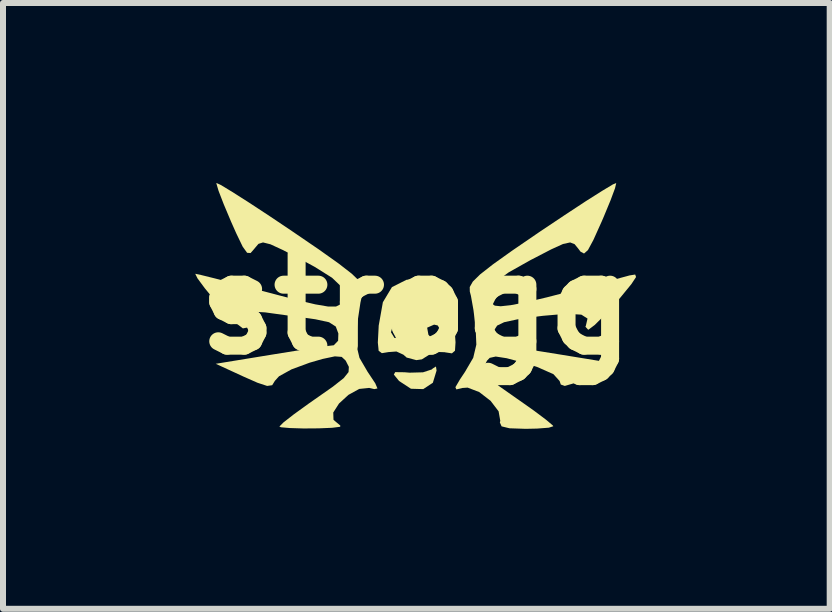
<source format=kicad_pcb>
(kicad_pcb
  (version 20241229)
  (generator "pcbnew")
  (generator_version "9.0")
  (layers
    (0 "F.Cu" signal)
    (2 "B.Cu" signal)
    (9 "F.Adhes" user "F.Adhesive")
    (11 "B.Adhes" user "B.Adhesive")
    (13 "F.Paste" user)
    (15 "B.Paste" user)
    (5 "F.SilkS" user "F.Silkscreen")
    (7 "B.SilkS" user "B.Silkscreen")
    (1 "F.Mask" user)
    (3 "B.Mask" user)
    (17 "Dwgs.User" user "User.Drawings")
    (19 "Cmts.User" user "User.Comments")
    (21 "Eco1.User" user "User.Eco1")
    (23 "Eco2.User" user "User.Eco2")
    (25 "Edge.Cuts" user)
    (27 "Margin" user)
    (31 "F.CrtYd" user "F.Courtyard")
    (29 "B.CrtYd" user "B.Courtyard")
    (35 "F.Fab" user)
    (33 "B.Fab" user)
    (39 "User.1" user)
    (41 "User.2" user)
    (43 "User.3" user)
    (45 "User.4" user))
  (footprint "strogg"
    (layer "F.Cu")
    (at 3.89 2.022)
    (property "Reference" "strogg" (at 0 0 0) (layer "F.SilkS") (effects (font (size 1.524 1.524) (thickness 0.3))))
    (attr board_only exclude_from_pos_files exclude_from_bom)
    (fp_poly (pts (xy 0.337 1.105) (xy 0.275 1.308) (xy 0.115 1.414) (xy -0.09 1.408) (xy -0.289 1.278) (xy -0.29 1.276) (xy -0.375 1.172) (xy -0.353 1.131) (xy -0.197 1.133) (xy -0.113 1.14) (xy 0.111 1.134) (xy 0.258 1.086) (xy 0.274 1.07) (xy 0.327 1.037)) (stroke (width 0) (type solid)) (fill yes) (layer "F.SilkS"))
    (fp_poly (pts (xy 0.292 -0.364) (xy 0.491 -0.18) (xy 0.605 0.141) (xy 0.634 0.361) (xy 0.653 0.634) (xy 0.644 0.774) (xy 0.593 0.818) (xy 0.486 0.802) (xy 0.473 0.799) (xy 0.299 0.793) (xy 0.216 0.84) (xy 0.092 0.918) (xy 0 0.931) (xy -0.162 0.888) (xy -0.216 0.84) (xy -0.332 0.787) (xy -0.466 0.797) (xy -0.575 0.815) (xy -0.629 0.774) (xy -0.632 0.736) (xy -0.143 0.736) (xy -0.041 0.761) (xy 0 0.762) (xy 0.135 0.745) (xy 0.121 0.681) (xy 0.102 0.66) (xy -0.014 0.602) (xy -0.102 0.66) (xy -0.143 0.736) (xy -0.632 0.736) (xy -0.642 0.638) (xy -0.633 0.466) (xy -0.423 0.466) (xy -0.365 0.561) (xy -0.245 0.57) (xy -0.152 0.493) (xy -0.144 0.467) (xy -0.194 0.39) (xy 0.18 0.39) (xy 0.201 0.507) (xy 0.226 0.536) (xy 0.35 0.59) (xy 0.42 0.502) (xy 0.423 0.466) (xy 0.356 0.353) (xy 0.296 0.339) (xy 0.18 0.39) (xy -0.194 0.39) (xy -0.198 0.383) (xy -0.275 0.355) (xy -0.401 0.388) (xy -0.423 0.466) (xy -0.633 0.466) (xy -0.628 0.37) (xy -0.628 0.359) (xy -0.558 -0.034) (xy -0.407 -0.286) (xy -0.165 -0.408) (xy 0 -0.423)) (stroke (width 0) (type solid)) (fill yes) (layer "F.SilkS"))
    (fp_poly (pts (xy 3.312 -1.935) (xy 3.237 -1.733) (xy 3.122 -1.455) (xy 3.087 -1.374) (xy 2.951 -1.072) (xy 2.86 -0.903) (xy 2.795 -0.846) (xy 2.737 -0.877) (xy 2.7 -0.926) (xy 2.638 -1.002) (xy 2.564 -1.031) (xy 2.445 -1.005) (xy 2.247 -0.915) (xy 1.937 -0.754) (xy 1.905 -0.738) (xy 1.539 -0.532) (xy 1.314 -0.367) (xy 1.214 -0.225) (xy 1.221 -0.087) (xy 1.26 -0.012) (xy 1.308 0.023) (xy 1.406 0.033) (xy 1.572 0.015) (xy 1.823 -0.033) (xy 2.176 -0.116) (xy 2.65 -0.238) (xy 3.262 -0.402) (xy 3.554 -0.481) (xy 3.648 -0.496) (xy 3.662 -0.454) (xy 3.584 -0.336) (xy 3.405 -0.117) (xy 3.353 -0.057) (xy 3.145 0.175) (xy 2.973 0.345) (xy 2.871 0.422) (xy 2.863 0.423) (xy 2.818 0.374) (xy 2.826 0.356) (xy 2.853 0.238) (xy 2.751 0.173) (xy 2.507 0.158) (xy 2.112 0.192) (xy 2.032 0.202) (xy 1.68 0.252) (xy 1.463 0.299) (xy 1.347 0.355) (xy 1.296 0.433) (xy 1.285 0.487) (xy 1.305 0.642) (xy 1.37 0.683) (xy 1.495 0.698) (xy 1.748 0.735) (xy 2.09 0.788) (xy 2.413 0.84) (xy 3.344 0.992) (xy 2.879 1.206) (xy 2.619 1.319) (xy 2.474 1.361) (xy 2.408 1.338) (xy 2.388 1.279) (xy 2.285 1.165) (xy 2.014 1.045) (xy 1.809 0.98) (xy 1.505 0.899) (xy 1.323 0.871) (xy 1.223 0.893) (xy 1.178 0.94) (xy 1.126 1.04) (xy 1.128 1.126) (xy 1.206 1.226) (xy 1.382 1.366) (xy 1.676 1.573) (xy 1.691 1.583) (xy 1.959 1.772) (xy 2.164 1.926) (xy 2.274 2.019) (xy 2.283 2.033) (xy 2.208 2.057) (xy 2.012 2.072) (xy 1.821 2.076) (xy 1.553 2.067) (xy 1.421 2.035) (xy 1.392 1.97) (xy 1.399 1.943) (xy 1.371 1.784) (xy 1.237 1.609) (xy 1.048 1.463) (xy 0.855 1.389) (xy 0.768 1.395) (xy 0.667 1.419) (xy 0.651 1.382) (xy 0.726 1.254) (xy 0.81 1.128) (xy 0.948 0.892) (xy 1 0.672) (xy 0.988 0.381) (xy 0.952 0.096) (xy 0.91 -0.14) (xy 0.891 -0.213) (xy 0.89 -0.288) (xy 0.941 -0.378) (xy 1.064 -0.499) (xy 1.276 -0.665) (xy 1.594 -0.892) (xy 2.035 -1.194) (xy 2.072 -1.219) (xy 2.473 -1.487) (xy 2.821 -1.716) (xy 3.096 -1.89) (xy 3.274 -1.997) (xy 3.332 -2.022)) (stroke (width 0) (type solid)) (fill yes) (layer "F.SilkS"))
    (fp_poly (pts (xy -3.258 -1.988) (xy -3.067 -1.872) (xy -2.781 -1.69) (xy -2.425 -1.456) (xy -2.072 -1.219) (xy -1.621 -0.911) (xy -1.295 -0.679) (xy -1.076 -0.509) (xy -0.948 -0.386) (xy -0.891 -0.294) (xy -0.89 -0.218) (xy -0.891 -0.213) (xy -0.932 -0.029) (xy -0.973 0.243) (xy -0.988 0.381) (xy -1 0.674) (xy -0.948 0.893) (xy -0.814 1.123) (xy -0.685 1.317) (xy -0.648 1.403) (xy -0.7 1.414) (xy -0.786 1.394) (xy -0.952 1.411) (xy -1.132 1.51) (xy -1.289 1.654) (xy -1.385 1.804) (xy -1.381 1.925) (xy -1.353 1.95) (xy -1.267 2.022) (xy -1.27 2.042) (xy -1.406 2.059) (xy -1.628 2.068) (xy -1.881 2.07) (xy -2.109 2.063) (xy -2.257 2.05) (xy -2.283 2.038) (xy -2.217 1.971) (xy -2.043 1.835) (xy -1.794 1.655) (xy -1.691 1.583) (xy -1.391 1.373) (xy -1.211 1.231) (xy -1.13 1.13) (xy -1.125 1.043) (xy -1.176 0.943) (xy -1.18 0.937) (xy -1.244 0.877) (xy -1.358 0.868) (xy -1.562 0.911) (xy -1.78 0.974) (xy -2.081 1.085) (xy -2.289 1.2) (xy -2.358 1.276) (xy -2.403 1.349) (xy -2.487 1.361) (xy -2.648 1.308) (xy -2.879 1.206) (xy -3.344 0.992) (xy -2.413 0.84) (xy -2.028 0.778) (xy -1.7 0.728) (xy -1.468 0.694) (xy -1.376 0.683) (xy -1.304 0.608) (xy -1.3 0.487) (xy -1.343 0.371) (xy -1.456 0.299) (xy -1.682 0.25) (xy -1.786 0.235) (xy -2.106 0.192) (xy -2.404 0.151) (xy -2.519 0.135) (xy -2.71 0.124) (xy -2.785 0.182) (xy -2.794 0.259) (xy -2.816 0.387) (xy -2.891 0.402) (xy -3.032 0.295) (xy -3.253 0.059) (xy -3.341 -0.042) (xy -3.526 -0.267) (xy -3.648 -0.432) (xy -3.685 -0.507) (xy -3.682 -0.508) (xy -3.584 -0.487) (xy -3.354 -0.43) (xy -3.023 -0.344) (xy -2.622 -0.237) (xy -2.482 -0.2) (xy -2.015 -0.077) (xy -1.685 0.001) (xy -1.468 0.038) (xy -1.338 0.037) (xy -1.271 0.004) (xy -1.261 -0.009) (xy -1.205 -0.154) (xy -1.248 -0.292) (xy -1.405 -0.442) (xy -1.695 -0.624) (xy -1.905 -0.738) (xy -2.226 -0.905) (xy -2.432 -1) (xy -2.556 -1.031) (xy -2.632 -1.007) (xy -2.694 -0.934) (xy -2.7 -0.926) (xy -2.763 -0.854) (xy -2.821 -0.858) (xy -2.895 -0.961) (xy -3.003 -1.185) (xy -3.087 -1.374) (xy -3.21 -1.666) (xy -3.297 -1.891) (xy -3.333 -2.013) (xy -3.332 -2.022)) (stroke (width 0) (type solid)) (fill yes) (layer "F.SilkS")))
  (gr_rect
    (start -3 -3)
    (end 10.78 7.098)
    (stroke (width 0.1) (type default))
    (fill no)
    (layer "Edge.Cuts")))
</source>
